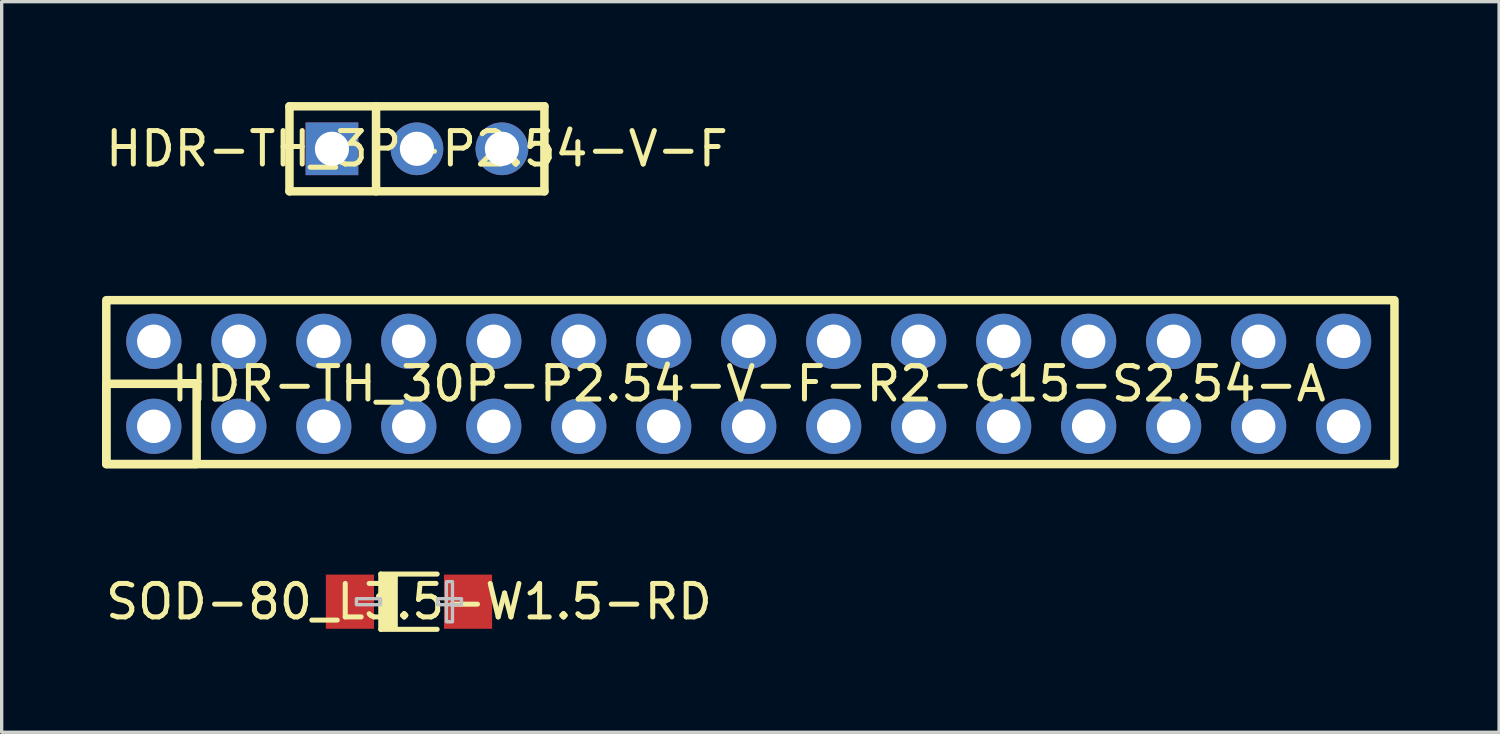
<source format=kicad_pcb>
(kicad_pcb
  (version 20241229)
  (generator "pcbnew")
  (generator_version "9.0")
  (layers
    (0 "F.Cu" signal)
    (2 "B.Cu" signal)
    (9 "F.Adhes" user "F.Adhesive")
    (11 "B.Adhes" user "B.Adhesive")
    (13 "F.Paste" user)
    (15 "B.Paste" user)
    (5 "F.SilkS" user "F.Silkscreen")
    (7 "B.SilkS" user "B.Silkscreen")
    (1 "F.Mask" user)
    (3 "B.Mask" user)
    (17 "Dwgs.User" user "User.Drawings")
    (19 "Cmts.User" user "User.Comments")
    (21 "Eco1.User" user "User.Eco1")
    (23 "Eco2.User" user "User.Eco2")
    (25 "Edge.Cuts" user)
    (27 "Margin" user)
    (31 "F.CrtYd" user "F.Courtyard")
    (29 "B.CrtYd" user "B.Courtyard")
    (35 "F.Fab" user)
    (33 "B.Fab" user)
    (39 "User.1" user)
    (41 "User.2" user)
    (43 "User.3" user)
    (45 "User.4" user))
  (footprint "SOD-80_L3.5-W1.5-RD"
    (layer "F.Cu")
    (at 9.173 14.933)
    (property "Reference" "SOD-80_L3.5-W1.5-RD" (at 0 0 0) (unlocked yes) (layer "F.SilkS") (effects (font (size 1 1) (thickness 0.15))))
    (fp_line (start -0.842 -0.826) (end -0.842 0.826) (stroke (width 0.152) (type default)) (layer "F.SilkS"))
    (fp_line (start -0.842 -0.826) (end 0.842 -0.826) (stroke (width 0.152) (type default)) (layer "F.SilkS"))
    (fp_line (start -0.842 0.826) (end 0.842 0.826) (stroke (width 0.152) (type default)) (layer "F.SilkS"))
    (fp_poly (pts (xy -0.842 -0.801) (xy -0.334 -0.801) (xy -0.334 0.801) (xy -0.842 0.801)) (stroke (width 0) (type default)) (fill yes) (layer "F.SilkS"))
    (fp_poly (pts (xy -1.57 0.09) (xy -1.57 -0.09) (xy -0.85 -0.09) (xy -0.85 0.09)) (stroke (width 0.1) (type default)) (fill no) (layer "Dwgs.User"))
    (fp_poly (pts (xy 1.3 0.6) (xy 1.3 -0.6) (xy 1.12 -0.6) (xy 1.12 0.6)) (stroke (width 0.1) (type default)) (fill no) (layer "Dwgs.User"))
    (fp_poly (pts (xy 1.57 0.09) (xy 1.57 -0.09) (xy 0.85 -0.09) (xy 0.85 0.09)) (stroke (width 0.1) (type default)) (fill no) (layer "Dwgs.User"))
    (fp_poly (pts (xy -1.75 0.75) (xy -1.75 -0.75) (xy -1.28 -0.75) (xy -1.28 0.75)) (stroke (width 0.1) (type default)) (fill no) (layer "User.1"))
    (fp_poly (pts (xy 1.75 0.75) (xy 1.75 -0.75) (xy 1.28 -0.75) (xy 1.28 0.75)) (stroke (width 0.1) (type default)) (fill no) (layer "User.1"))
    (fp_line (start -1.75 -0.75) (end 1.75 -0.75) (stroke (width 0.051) (type default)) (layer "User.2"))
    (fp_line (start -1.75 0.75) (end -1.75 -0.75) (stroke (width 0.051) (type default)) (layer "User.2"))
    (fp_line (start 1.75 -0.75) (end 1.75 0.75) (stroke (width 0.051) (type default)) (layer "User.2"))
    (fp_line (start 1.75 0.75) (end -1.75 0.75) (stroke (width 0.051) (type default)) (layer "User.2"))
    (fp_poly (pts (xy -1.69 0.75) (xy -1.708 0.708) (xy -1.75 0.69) (xy -1.792 0.708) (xy -1.81 0.75) (xy -1.792 0.792) (xy -1.75 0.81) (xy -1.708 0.792)) (stroke (width 0.1) (type default)) (fill no) (layer "User.3"))
    (pad "1" smd rect (at -1.765 0) (size 1.44 1.62) (layers "F.Cu" "F.Mask" "F.Paste"))
    (pad "2" smd rect (at 1.765 0) (size 1.44 1.62) (layers "F.Cu" "F.Mask" "F.Paste")))
  (footprint "HDR-TH_30P-P2.54-V-F-R2-C15-S2.54-A"
    (layer "F.Cu")
    (at 19.327 8.421)
    (property "Reference" "HDR-TH_30P-P2.54-V-F-R2-C15-S2.54-A" (at 0 0 0) (unlocked yes) (layer "F.SilkS") (effects (font (size 1 1) (thickness 0.15))))
    (fp_rect (start -19.2 -2.5) (end 19.3 2.4) (stroke (width 0.254) (type default)) (fill no) (layer "F.SilkS"))
    (fp_rect (start -19.2 0) (end -16.5 2.4) (stroke (width 0.254) (type default)) (fill no) (layer "F.SilkS"))
    (fp_poly (pts (xy -17.98 -1.47) (xy -17.58 -1.47) (xy -17.58 -1.07) (xy -17.98 -1.07)) (stroke (width 0.1) (type default)) (fill no) (layer "User.1"))
    (fp_poly (pts (xy -17.98 1.07) (xy -17.58 1.07) (xy -17.58 1.47) (xy -17.98 1.47)) (stroke (width 0.1) (type default)) (fill no) (layer "User.1"))
    (fp_poly (pts (xy -15.44 -1.47) (xy -15.04 -1.47) (xy -15.04 -1.07) (xy -15.44 -1.07)) (stroke (width 0.1) (type default)) (fill no) (layer "User.1"))
    (fp_poly (pts (xy -15.44 1.07) (xy -15.04 1.07) (xy -15.04 1.47) (xy -15.44 1.47)) (stroke (width 0.1) (type default)) (fill no) (layer "User.1"))
    (fp_poly (pts (xy -12.9 -1.47) (xy -12.5 -1.47) (xy -12.5 -1.07) (xy -12.9 -1.07)) (stroke (width 0.1) (type default)) (fill no) (layer "User.1"))
    (fp_poly (pts (xy -12.9 1.07) (xy -12.5 1.07) (xy -12.5 1.47) (xy -12.9 1.47)) (stroke (width 0.1) (type default)) (fill no) (layer "User.1"))
    (fp_poly (pts (xy -10.36 -1.47) (xy -9.96 -1.47) (xy -9.96 -1.07) (xy -10.36 -1.07)) (stroke (width 0.1) (type default)) (fill no) (layer "User.1"))
    (fp_poly (pts (xy -10.36 1.07) (xy -9.96 1.07) (xy -9.96 1.47) (xy -10.36 1.47)) (stroke (width 0.1) (type default)) (fill no) (layer "User.1"))
    (fp_poly (pts (xy -7.82 -1.47) (xy -7.42 -1.47) (xy -7.42 -1.07) (xy -7.82 -1.07)) (stroke (width 0.1) (type default)) (fill no) (layer "User.1"))
    (fp_poly (pts (xy -7.82 1.07) (xy -7.42 1.07) (xy -7.42 1.47) (xy -7.82 1.47)) (stroke (width 0.1) (type default)) (fill no) (layer "User.1"))
    (fp_poly (pts (xy -5.28 -1.47) (xy -4.88 -1.47) (xy -4.88 -1.07) (xy -5.28 -1.07)) (stroke (width 0.1) (type default)) (fill no) (layer "User.1"))
    (fp_poly (pts (xy -5.28 1.07) (xy -4.88 1.07) (xy -4.88 1.47) (xy -5.28 1.47)) (stroke (width 0.1) (type default)) (fill no) (layer "User.1"))
    (fp_poly (pts (xy -2.74 -1.47) (xy -2.34 -1.47) (xy -2.34 -1.07) (xy -2.74 -1.07)) (stroke (width 0.1) (type default)) (fill no) (layer "User.1"))
    (fp_poly (pts (xy -2.74 1.07) (xy -2.34 1.07) (xy -2.34 1.47) (xy -2.74 1.47)) (stroke (width 0.1) (type default)) (fill no) (layer "User.1"))
    (fp_poly (pts (xy -0.2 -1.47) (xy 0.2 -1.47) (xy 0.2 -1.07) (xy -0.2 -1.07)) (stroke (width 0.1) (type default)) (fill no) (layer "User.1"))
    (fp_poly (pts (xy -0.2 1.07) (xy 0.2 1.07) (xy 0.2 1.47) (xy -0.2 1.47)) (stroke (width 0.1) (type default)) (fill no) (layer "User.1"))
    (fp_poly (pts (xy 2.34 -1.47) (xy 2.74 -1.47) (xy 2.74 -1.07) (xy 2.34 -1.07)) (stroke (width 0.1) (type default)) (fill no) (layer "User.1"))
    (fp_poly (pts (xy 2.34 1.07) (xy 2.74 1.07) (xy 2.74 1.47) (xy 2.34 1.47)) (stroke (width 0.1) (type default)) (fill no) (layer "User.1"))
    (fp_poly (pts (xy 4.88 -1.47) (xy 5.28 -1.47) (xy 5.28 -1.07) (xy 4.88 -1.07)) (stroke (width 0.1) (type default)) (fill no) (layer "User.1"))
    (fp_poly (pts (xy 4.88 1.07) (xy 5.28 1.07) (xy 5.28 1.47) (xy 4.88 1.47)) (stroke (width 0.1) (type default)) (fill no) (layer "User.1"))
    (fp_poly (pts (xy 7.42 -1.47) (xy 7.82 -1.47) (xy 7.82 -1.07) (xy 7.42 -1.07)) (stroke (width 0.1) (type default)) (fill no) (layer "User.1"))
    (fp_poly (pts (xy 7.42 1.07) (xy 7.82 1.07) (xy 7.82 1.47) (xy 7.42 1.47)) (stroke (width 0.1) (type default)) (fill no) (layer "User.1"))
    (fp_poly (pts (xy 9.96 -1.47) (xy 10.36 -1.47) (xy 10.36 -1.07) (xy 9.96 -1.07)) (stroke (width 0.1) (type default)) (fill no) (layer "User.1"))
    (fp_poly (pts (xy 9.96 1.07) (xy 10.36 1.07) (xy 10.36 1.47) (xy 9.96 1.47)) (stroke (width 0.1) (type default)) (fill no) (layer "User.1"))
    (fp_poly (pts (xy 12.5 -1.47) (xy 12.9 -1.47) (xy 12.9 -1.07) (xy 12.5 -1.07)) (stroke (width 0.1) (type default)) (fill no) (layer "User.1"))
    (fp_poly (pts (xy 12.5 1.07) (xy 12.9 1.07) (xy 12.9 1.47) (xy 12.5 1.47)) (stroke (width 0.1) (type default)) (fill no) (layer "User.1"))
    (fp_poly (pts (xy 15.04 -1.47) (xy 15.44 -1.47) (xy 15.44 -1.07) (xy 15.04 -1.07)) (stroke (width 0.1) (type default)) (fill no) (layer "User.1"))
    (fp_poly (pts (xy 15.04 1.07) (xy 15.44 1.07) (xy 15.44 1.47) (xy 15.04 1.47)) (stroke (width 0.1) (type default)) (fill no) (layer "User.1"))
    (fp_poly (pts (xy 17.58 -1.47) (xy 17.98 -1.47) (xy 17.98 -1.07) (xy 17.58 -1.07)) (stroke (width 0.1) (type default)) (fill no) (layer "User.1"))
    (fp_poly (pts (xy 17.58 1.07) (xy 17.98 1.07) (xy 17.98 1.47) (xy 17.58 1.47)) (stroke (width 0.1) (type default)) (fill no) (layer "User.1"))
    (fp_line (start -19.18 -2.5) (end 19.18 -2.5) (stroke (width 0.051) (type default)) (layer "User.2"))
    (fp_line (start -19.18 2.5) (end -19.18 -2.5) (stroke (width 0.051) (type default)) (layer "User.2"))
    (fp_line (start 19.18 -2.5) (end 19.18 2.5) (stroke (width 0.051) (type default)) (layer "User.2"))
    (fp_line (start 19.18 2.5) (end -19.18 2.5) (stroke (width 0.051) (type default)) (layer "User.2"))
    (fp_poly (pts (xy -19.12 2.5) (xy -19.138 2.458) (xy -19.18 2.44) (xy -19.222 2.458) (xy -19.24 2.5) (xy -19.222 2.542) (xy -19.18 2.56) (xy -19.138 2.542)) (stroke (width 0.1) (type default)) (fill no) (layer "User.3"))
    (pad "1" thru_hole circle (at -17.78 1.27) (size 1.65 1.65) (drill 1) (layers "*.Cu" "*.Mask"))
    (pad "2" thru_hole circle (at -15.24 1.27) (size 1.65 1.65) (drill 1) (layers "*.Cu" "*.Mask"))
    (pad "3" thru_hole circle (at -12.7 1.27) (size 1.65 1.65) (drill 1) (layers "*.Cu" "*.Mask"))
    (pad "4" thru_hole circle (at -10.16 1.27) (size 1.65 1.65) (drill 1) (layers "*.Cu" "*.Mask"))
    (pad "5" thru_hole circle (at -7.62 1.27) (size 1.65 1.65) (drill 1) (layers "*.Cu" "*.Mask"))
    (pad "6" thru_hole circle (at -5.08 1.27) (size 1.65 1.65) (drill 1) (layers "*.Cu" "*.Mask"))
    (pad "7" thru_hole circle (at -2.54 1.27) (size 1.65 1.65) (drill 1) (layers "*.Cu" "*.Mask"))
    (pad "8" thru_hole circle (at 0 1.27) (size 1.65 1.65) (drill 1) (layers "*.Cu" "*.Mask"))
    (pad "9" thru_hole circle (at 2.54 1.27) (size 1.65 1.65) (drill 1) (layers "*.Cu" "*.Mask"))
    (pad "10" thru_hole circle (at 5.08 1.27) (size 1.65 1.65) (drill 1) (layers "*.Cu" "*.Mask"))
    (pad "11" thru_hole circle (at 7.62 1.27) (size 1.65 1.65) (drill 1) (layers "*.Cu" "*.Mask"))
    (pad "12" thru_hole circle (at 10.16 1.27) (size 1.65 1.65) (drill 1) (layers "*.Cu" "*.Mask"))
    (pad "13" thru_hole circle (at 12.7 1.27) (size 1.65 1.65) (drill 1) (layers "*.Cu" "*.Mask"))
    (pad "14" thru_hole circle (at 15.24 1.27) (size 1.65 1.65) (drill 1) (layers "*.Cu" "*.Mask"))
    (pad "15" thru_hole circle (at 17.78 1.27) (size 1.65 1.65) (drill 1) (layers "*.Cu" "*.Mask"))
    (pad "16" thru_hole circle (at 17.78 -1.27) (size 1.65 1.65) (drill 1) (layers "*.Cu" "*.Mask"))
    (pad "17" thru_hole circle (at 15.24 -1.27) (size 1.65 1.65) (drill 1) (layers "*.Cu" "*.Mask"))
    (pad "18" thru_hole circle (at 12.7 -1.27) (size 1.65 1.65) (drill 1) (layers "*.Cu" "*.Mask"))
    (pad "19" thru_hole circle (at 10.16 -1.27) (size 1.65 1.65) (drill 1) (layers "*.Cu" "*.Mask"))
    (pad "20" thru_hole circle (at 7.62 -1.27) (size 1.65 1.65) (drill 1) (layers "*.Cu" "*.Mask"))
    (pad "21" thru_hole circle (at 5.08 -1.27) (size 1.65 1.65) (drill 1) (layers "*.Cu" "*.Mask"))
    (pad "22" thru_hole circle (at 2.54 -1.27) (size 1.65 1.65) (drill 1) (layers "*.Cu" "*.Mask"))
    (pad "23" thru_hole circle (at 0 -1.27) (size 1.65 1.65) (drill 1) (layers "*.Cu" "*.Mask"))
    (pad "24" thru_hole circle (at -2.54 -1.27) (size 1.65 1.65) (drill 1) (layers "*.Cu" "*.Mask"))
    (pad "25" thru_hole circle (at -5.08 -1.27) (size 1.65 1.65) (drill 1) (layers "*.Cu" "*.Mask"))
    (pad "26" thru_hole circle (at -7.62 -1.27) (size 1.65 1.65) (drill 1) (layers "*.Cu" "*.Mask"))
    (pad "27" thru_hole circle (at -10.16 -1.27) (size 1.65 1.65) (drill 1) (layers "*.Cu" "*.Mask"))
    (pad "28" thru_hole circle (at -12.7 -1.27) (size 1.65 1.65) (drill 1) (layers "*.Cu" "*.Mask"))
    (pad "29" thru_hole circle (at -15.24 -1.27) (size 1.65 1.65) (drill 1) (layers "*.Cu" "*.Mask"))
    (pad "30" thru_hole circle (at -17.78 -1.27) (size 1.65 1.65) (drill 1) (layers "*.Cu" "*.Mask")))
  (footprint "HDR-TH_3P-P2.54-V-F"
    (layer "F.Cu")
    (at 9.411 1.397)
    (property "Reference" "HDR-TH_3P-P2.54-V-F" (at 0 0 0) (unlocked yes) (layer "F.SilkS") (effects (font (size 1 1) (thickness 0.15))))
    (fp_line (start -3.81 -1.27) (end -3.81 1.27) (stroke (width 0.254) (type default)) (layer "F.SilkS"))
    (fp_line (start -3.81 -1.27) (end 3.81 -1.27) (stroke (width 0.254) (type default)) (layer "F.SilkS"))
    (fp_line (start -3.81 1.27) (end 3.81 1.27) (stroke (width 0.254) (type default)) (layer "F.SilkS"))
    (fp_line (start -1.222 -1.27) (end -1.222 1.27) (stroke (width 0.254) (type default)) (layer "F.SilkS"))
    (fp_line (start 3.81 -1.27) (end 3.81 1.27) (stroke (width 0.254) (type default)) (layer "F.SilkS"))
    (fp_poly (pts (xy -2.86 -0.125) (xy -2.22 -0.125) (xy -2.22 0.125) (xy -2.86 0.125)) (stroke (width 0.1) (type default)) (fill no) (layer "User.1"))
    (fp_poly (pts (xy -0.32 -0.125) (xy 0.32 -0.125) (xy 0.32 0.125) (xy -0.32 0.125)) (stroke (width 0.1) (type default)) (fill no) (layer "User.1"))
    (fp_poly (pts (xy 2.22 -0.125) (xy 2.86 -0.125) (xy 2.86 0.125) (xy 2.22 0.125)) (stroke (width 0.1) (type default)) (fill no) (layer "User.1"))
    (fp_line (start -3.81 -1.25) (end 3.81 -1.25) (stroke (width 0.051) (type default)) (layer "User.2"))
    (fp_line (start -3.81 1.25) (end -3.81 -1.25) (stroke (width 0.051) (type default)) (layer "User.2"))
    (fp_line (start 3.81 -1.25) (end 3.81 1.25) (stroke (width 0.051) (type default)) (layer "User.2"))
    (fp_line (start 3.81 1.25) (end -3.81 1.25) (stroke (width 0.051) (type default)) (layer "User.2"))
    (fp_poly (pts (xy -3.75 1.25) (xy -3.768 1.208) (xy -3.81 1.19) (xy -3.852 1.208) (xy -3.87 1.25) (xy -3.852 1.292) (xy -3.81 1.31) (xy -3.768 1.292)) (stroke (width 0.1) (type default)) (fill no) (layer "User.3"))
    (pad "1" thru_hole rect (at -2.54 0) (size 1.575 1.575) (drill 1.02) (layers "*.Cu" "*.Mask"))
    (pad "2" thru_hole circle (at 0 0) (size 1.575 1.575) (drill 1.02) (layers "*.Cu" "*.Mask"))
    (pad "3" thru_hole circle (at 2.54 0) (size 1.575 1.575) (drill 1.02) (layers "*.Cu" "*.Mask")))
  (gr_rect
    (start -3 -3)
    (end 41.754 18.835)
    (stroke (width 0.1) (type default))
    (fill no)
    (layer "Edge.Cuts")))
</source>
